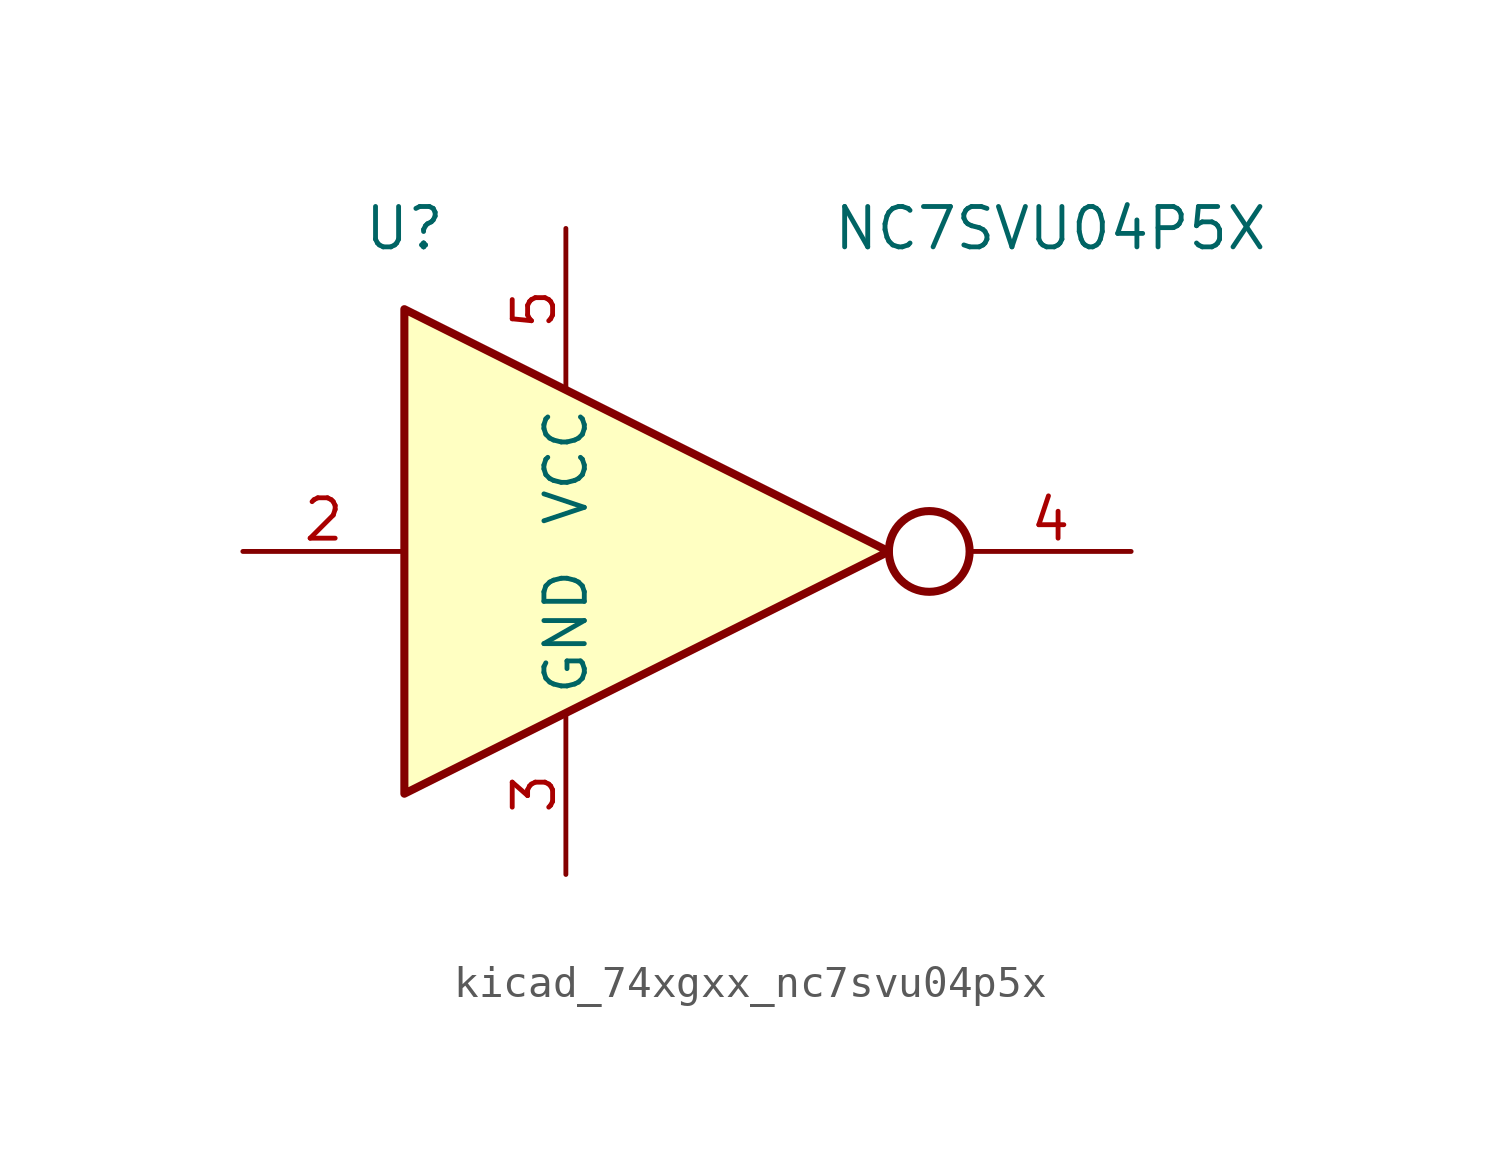
<source format=kicad_sym>
(kicad_symbol_lib
  (version 20220914)
  (generator kicad_symbol_editor)
  (symbol "kicad_74xgxx_nc7svu04p5x"
    (property "Reference" "U"
      (at -5.08 10.16 0)
      (effects (font (size 1.27 1.27))))
    (property "Value" "NC7SVU04P5X"
      (at 15.24 10.16 0)
      (effects (font (size 1.27 1.27))))
    (symbol "kicad_74xgxx_nc7svu04p5x_0_1"
      (polyline (pts (xy -5.08 7.62) (xy -5.08 -7.62) (xy 10.16 0) (xy -5.08 7.62)) (stroke (width 0.254) (type default)) (fill (type background)))
      (circle (center 11.43 0) (radius 1.27) (stroke (width 0.254) (type default)) (fill (type none))))
    (symbol "kicad_74xgxx_nc7svu04p5x_1_1"
      (pin no_connect line (at 10.16 0 180) (length 5.08) hide (name "NC" (effects (font (size 1.27 1.27)))) (number "1" (effects (font (size 1.27 1.27)))))
      (pin input line (at -10.16 0 0) (length 5.08) (name "~" (effects (font (size 1.27 1.27)))) (number "2" (effects (font (size 1.27 1.27)))))
      (pin power_in line (at 0 -10.16 90) (length 5.08) (name "GND" (effects (font (size 1.27 1.27)))) (number "3" (effects (font (size 1.27 1.27)))))
      (pin output line (at 17.78 0 180) (length 5.08) (name "~" (effects (font (size 1.27 1.27)))) (number "4" (effects (font (size 1.27 1.27)))))
      (pin power_in line (at 0 10.16 270) (length 5.08) (name "VCC" (effects (font (size 1.27 1.27)))) (number "5" (effects (font (size 1.27 1.27))))))))
</source>
